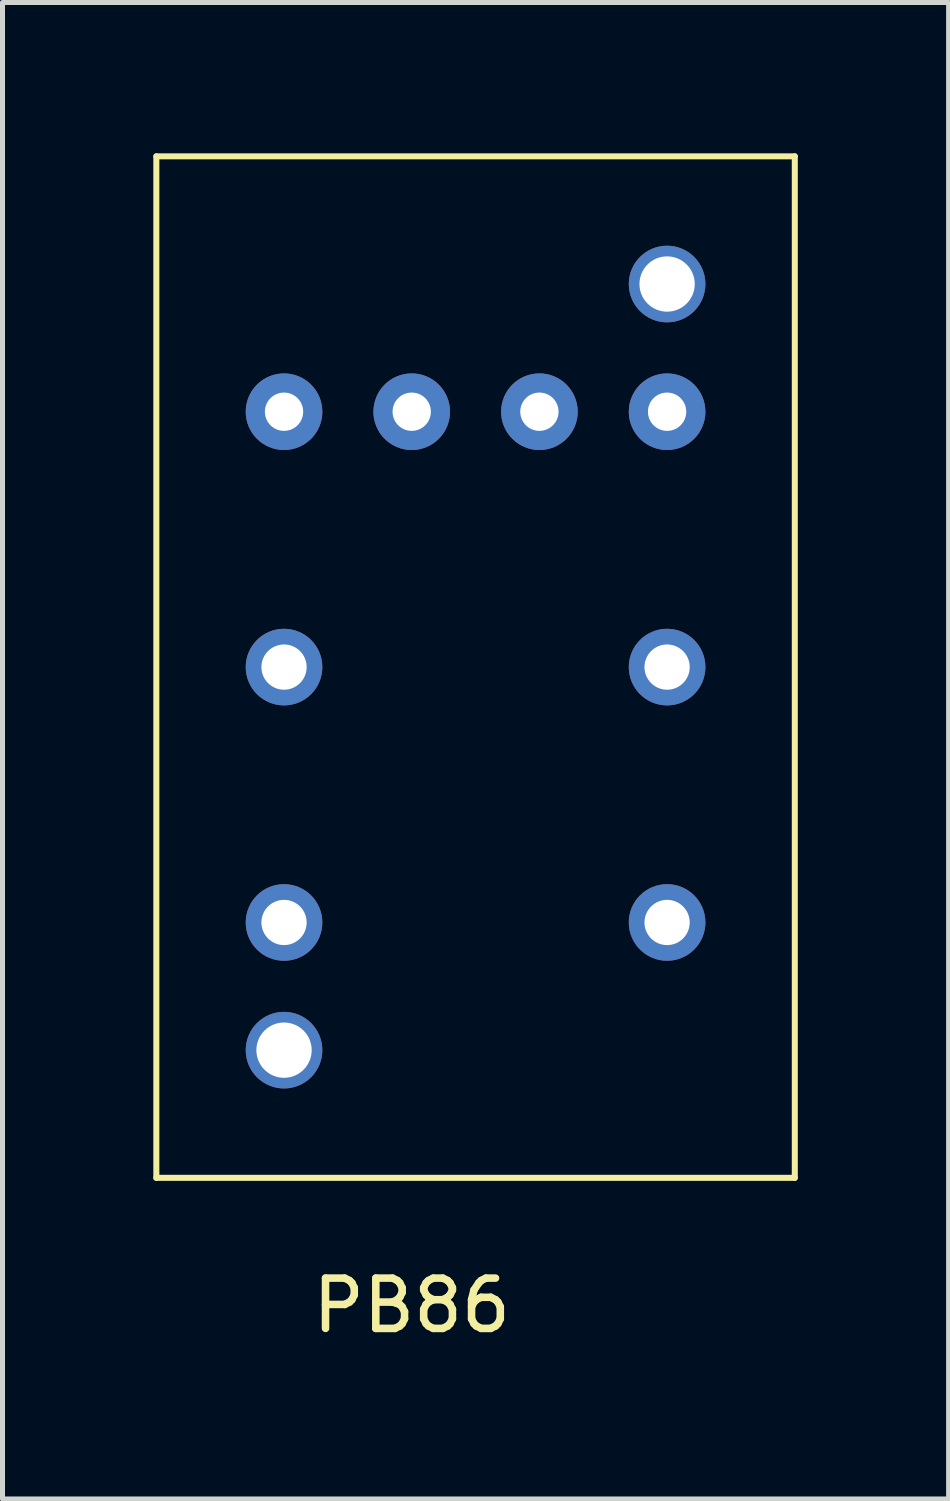
<source format=kicad_pcb>
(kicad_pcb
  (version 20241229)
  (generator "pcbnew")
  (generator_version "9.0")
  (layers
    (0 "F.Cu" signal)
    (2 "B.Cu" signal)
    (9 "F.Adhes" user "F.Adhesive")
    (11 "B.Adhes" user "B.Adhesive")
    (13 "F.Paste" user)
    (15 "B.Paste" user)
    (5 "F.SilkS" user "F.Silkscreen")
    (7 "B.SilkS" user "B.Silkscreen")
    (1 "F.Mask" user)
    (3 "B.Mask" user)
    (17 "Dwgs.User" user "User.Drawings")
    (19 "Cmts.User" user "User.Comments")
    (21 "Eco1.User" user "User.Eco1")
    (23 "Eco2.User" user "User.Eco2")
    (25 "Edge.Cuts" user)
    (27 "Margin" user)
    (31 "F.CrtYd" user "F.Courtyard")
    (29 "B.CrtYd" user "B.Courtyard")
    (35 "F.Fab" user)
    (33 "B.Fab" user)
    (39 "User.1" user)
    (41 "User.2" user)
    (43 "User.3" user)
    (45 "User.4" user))
  (footprint "PB86"
    (layer "F.Cu")
    (at 7.68 10.22)
    (property "Reference" "PB86" (at -2.54 12.7 0) (layer "F.SilkS") (effects (font (size 1 1) (thickness 0.15))))
    (attr through_hole)
    (fp_line (start -7.62 -10.16) (end 5.08 -10.16) (stroke (width 0.12) (type solid)) (layer "F.SilkS"))
    (fp_line (start -7.62 10.16) (end -7.62 -10.16) (stroke (width 0.12) (type solid)) (layer "F.SilkS"))
    (fp_line (start 5.08 -10.16) (end 5.08 10.16) (stroke (width 0.12) (type solid)) (layer "F.SilkS"))
    (fp_line (start 5.08 10.16) (end -7.62 10.16) (stroke (width 0.12) (type solid)) (layer "F.SilkS"))
    (pad "" thru_hole circle (at -5.08 7.62) (size 1.524 1.524) (drill 1.1) (layers "*.Cu" "*.Mask"))
    (pad "" thru_hole circle (at 2.54 -7.62) (size 1.524 1.524) (drill 1.1) (layers "*.Cu" "*.Mask"))
    (pad "1" thru_hole circle (at -5.08 0) (size 1.524 1.524) (drill 0.9) (layers "*.Cu" "*.Mask"))
    (pad "1" thru_hole circle (at 2.54 0) (size 1.524 1.524) (drill 0.9) (layers "*.Cu" "*.Mask"))
    (pad "2" thru_hole circle (at -5.08 5.08) (size 1.524 1.524) (drill 0.9) (layers "*.Cu" "*.Mask"))
    (pad "3" thru_hole circle (at 2.54 5.08) (size 1.524 1.524) (drill 0.9) (layers "*.Cu" "*.Mask"))
    (pad "4" thru_hole circle (at -5.08 -5.08) (size 1.524 1.524) (drill 0.762) (layers "*.Cu" "*.Mask"))
    (pad "5" thru_hole circle (at -2.54 -5.08) (size 1.524 1.524) (drill 0.762) (layers "*.Cu" "*.Mask"))
    (pad "6" thru_hole circle (at 0 -5.08) (size 1.524 1.524) (drill 0.762) (layers "*.Cu" "*.Mask"))
    (pad "7" thru_hole circle (at 2.54 -5.08) (size 1.524 1.524) (drill 0.762) (layers "*.Cu" "*.Mask")))
  (gr_rect
    (start -3 -3)
    (end 15.82 26.768)
    (stroke (width 0.1) (type default))
    (fill no)
    (layer "Edge.Cuts")))
</source>
